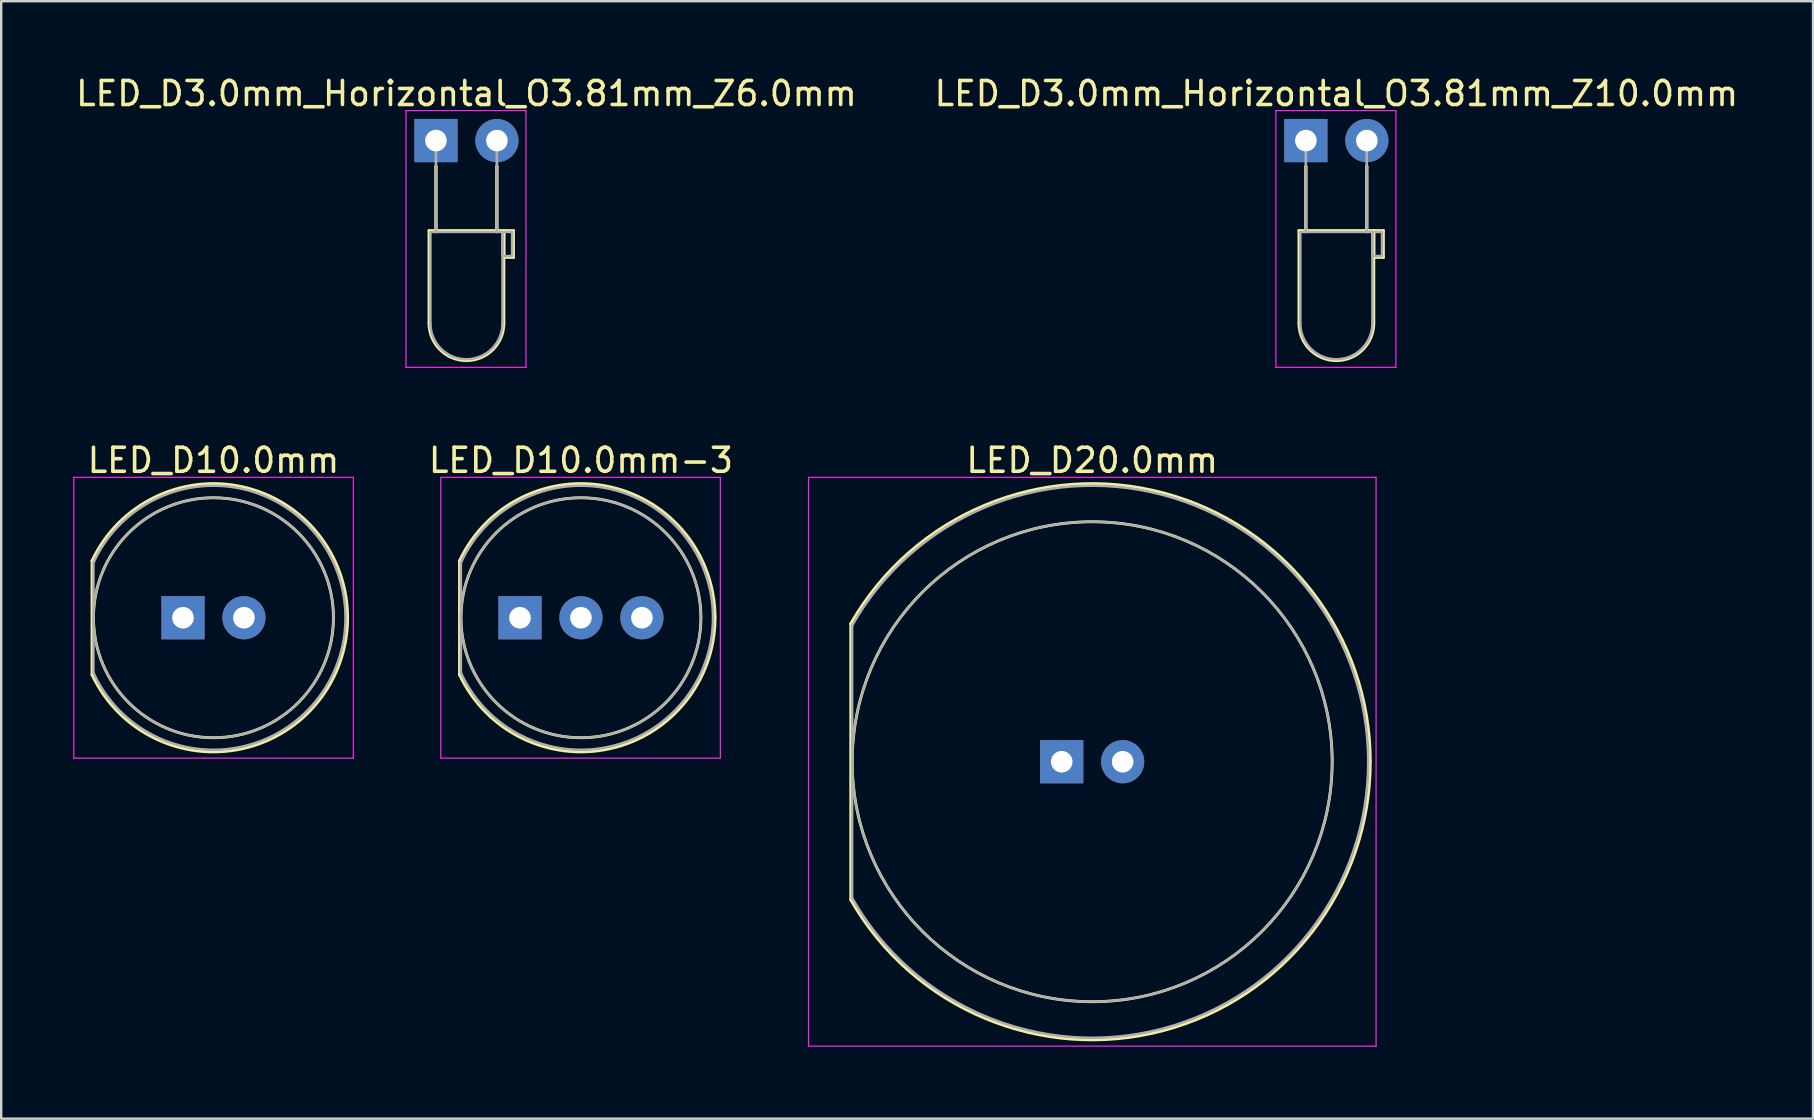
<source format=kicad_pcb>
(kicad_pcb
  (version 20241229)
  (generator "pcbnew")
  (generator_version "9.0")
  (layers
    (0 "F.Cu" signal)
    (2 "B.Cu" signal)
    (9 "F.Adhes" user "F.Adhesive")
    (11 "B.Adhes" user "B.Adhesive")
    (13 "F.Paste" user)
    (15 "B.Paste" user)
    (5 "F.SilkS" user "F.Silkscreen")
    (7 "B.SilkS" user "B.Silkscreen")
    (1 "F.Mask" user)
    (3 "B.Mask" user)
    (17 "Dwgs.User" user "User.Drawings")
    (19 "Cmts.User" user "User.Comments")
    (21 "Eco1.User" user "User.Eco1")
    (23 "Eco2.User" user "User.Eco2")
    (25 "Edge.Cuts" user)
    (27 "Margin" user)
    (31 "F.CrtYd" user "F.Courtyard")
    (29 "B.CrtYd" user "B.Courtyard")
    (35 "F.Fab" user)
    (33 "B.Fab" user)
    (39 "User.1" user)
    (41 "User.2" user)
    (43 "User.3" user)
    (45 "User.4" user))
  (footprint "LED_D20.0mm"
    (layer "F.Cu")
    (at 41.192 28.692)
    (property "Reference" "LED_D20.0mm" (at 1.27 -12.56 0) (layer "F.SilkS") (effects (font (size 1 1) (thickness 0.15))))
    (attr through_hole)
    (fp_line (start -8.79 -5.756) (end -8.79 5.756) (stroke (width 0.12) (type solid)) (layer "F.SilkS"))
    (fp_arc (start -8.79 -5.755389) (mid 4.245115 -11.201643) (end 12.859999 -0.00523) (stroke (width 0.12) (type solid)) (layer "F.SilkS"))
    (fp_arc (start 12.859999 0.00523) (mid 4.245115 11.201643) (end -8.79 5.755389) (stroke (width 0.12) (type solid)) (layer "F.SilkS"))
    (fp_circle (center 1.27 0) (end 11.27 0) (stroke (width 0.12) (type solid)) (fill no) (layer "F.SilkS"))
    (fp_line (start -10.55 -11.85) (end -10.55 11.85) (stroke (width 0.05) (type solid)) (layer "F.CrtYd"))
    (fp_line (start -10.55 11.85) (end 13.1 11.85) (stroke (width 0.05) (type solid)) (layer "F.CrtYd"))
    (fp_line (start 13.1 -11.85) (end -10.55 -11.85) (stroke (width 0.05) (type solid)) (layer "F.CrtYd"))
    (fp_line (start 13.1 11.85) (end 13.1 -11.85) (stroke (width 0.05) (type solid)) (layer "F.CrtYd"))
    (fp_line (start -8.73 -5.679) (end -8.73 5.679) (stroke (width 0.1) (type solid)) (layer "F.Fab"))
    (fp_arc (start -8.73 -5.678908) (mid 12.77 -0.001637) (end -8.728383 5.681755) (stroke (width 0.1) (type solid)) (layer "F.Fab"))
    (fp_circle (center 1.27 0) (end 11.27 0) (stroke (width 0.1) (type solid)) (fill no) (layer "F.Fab"))
    (pad "1" thru_hole rect (at 0 0) (size 1.8 1.8) (drill 0.9) (layers "*.Cu" "*.Mask"))
    (pad "2" thru_hole circle (at 2.54 0) (size 1.8 1.8) (drill 0.9) (layers "*.Cu" "*.Mask")))
  (footprint "LED_D3.0mm_Horizontal_O3.81mm_Z6.0mm"
    (layer "F.Cu")
    (at 15.117 2.808)
    (property "Reference" "LED_D3.0mm_Horizontal_O3.81mm_Z6.0mm" (at 1.27 -1.96 0) (layer "F.SilkS") (effects (font (size 1 1) (thickness 0.15))))
    (attr through_hole)
    (fp_line (start -0.29 3.75) (end -0.29 7.61) (stroke (width 0.12) (type solid)) (layer "F.SilkS"))
    (fp_line (start -0.29 3.75) (end 2.83 3.75) (stroke (width 0.12) (type solid)) (layer "F.SilkS"))
    (fp_line (start 0 1.08) (end 0 1.08) (stroke (width 0.12) (type solid)) (layer "F.SilkS"))
    (fp_line (start 0 1.08) (end 0 3.75) (stroke (width 0.12) (type solid)) (layer "F.SilkS"))
    (fp_line (start 0 3.75) (end 0 1.08) (stroke (width 0.12) (type solid)) (layer "F.SilkS"))
    (fp_line (start 0 3.75) (end 0 3.75) (stroke (width 0.12) (type solid)) (layer "F.SilkS"))
    (fp_line (start 2.54 1.08) (end 2.54 1.08) (stroke (width 0.12) (type solid)) (layer "F.SilkS"))
    (fp_line (start 2.54 1.08) (end 2.54 3.75) (stroke (width 0.12) (type solid)) (layer "F.SilkS"))
    (fp_line (start 2.54 3.75) (end 2.54 1.08) (stroke (width 0.12) (type solid)) (layer "F.SilkS"))
    (fp_line (start 2.54 3.75) (end 2.54 3.75) (stroke (width 0.12) (type solid)) (layer "F.SilkS"))
    (fp_line (start 2.83 3.75) (end 2.83 7.61) (stroke (width 0.12) (type solid)) (layer "F.SilkS"))
    (fp_line (start 2.83 3.75) (end 3.23 3.75) (stroke (width 0.12) (type solid)) (layer "F.SilkS"))
    (fp_line (start 2.83 4.87) (end 2.83 3.75) (stroke (width 0.12) (type solid)) (layer "F.SilkS"))
    (fp_line (start 3.23 3.75) (end 3.23 4.87) (stroke (width 0.12) (type solid)) (layer "F.SilkS"))
    (fp_line (start 3.23 4.87) (end 2.83 4.87) (stroke (width 0.12) (type solid)) (layer "F.SilkS"))
    (fp_arc (start 2.83 7.61) (mid 1.27 9.17) (end -0.29 7.61) (stroke (width 0.12) (type solid)) (layer "F.SilkS"))
    (fp_line (start -1.25 -1.25) (end -1.25 9.45) (stroke (width 0.05) (type solid)) (layer "F.CrtYd"))
    (fp_line (start -1.25 9.45) (end 3.75 9.45) (stroke (width 0.05) (type solid)) (layer "F.CrtYd"))
    (fp_line (start 3.75 -1.25) (end -1.25 -1.25) (stroke (width 0.05) (type solid)) (layer "F.CrtYd"))
    (fp_line (start 3.75 9.45) (end 3.75 -1.25) (stroke (width 0.05) (type solid)) (layer "F.CrtYd"))
    (fp_line (start -0.23 3.81) (end -0.23 7.61) (stroke (width 0.1) (type solid)) (layer "F.Fab"))
    (fp_line (start -0.23 3.81) (end 2.77 3.81) (stroke (width 0.1) (type solid)) (layer "F.Fab"))
    (fp_line (start 0 0) (end 0 0) (stroke (width 0.1) (type solid)) (layer "F.Fab"))
    (fp_line (start 0 0) (end 0 3.81) (stroke (width 0.1) (type solid)) (layer "F.Fab"))
    (fp_line (start 0 3.81) (end 0 0) (stroke (width 0.1) (type solid)) (layer "F.Fab"))
    (fp_line (start 0 3.81) (end 0 3.81) (stroke (width 0.1) (type solid)) (layer "F.Fab"))
    (fp_line (start 2.54 0) (end 2.54 0) (stroke (width 0.1) (type solid)) (layer "F.Fab"))
    (fp_line (start 2.54 0) (end 2.54 3.81) (stroke (width 0.1) (type solid)) (layer "F.Fab"))
    (fp_line (start 2.54 3.81) (end 2.54 0) (stroke (width 0.1) (type solid)) (layer "F.Fab"))
    (fp_line (start 2.54 3.81) (end 2.54 3.81) (stroke (width 0.1) (type solid)) (layer "F.Fab"))
    (fp_line (start 2.77 3.81) (end 2.77 7.61) (stroke (width 0.1) (type solid)) (layer "F.Fab"))
    (fp_line (start 2.77 3.81) (end 3.17 3.81) (stroke (width 0.1) (type solid)) (layer "F.Fab"))
    (fp_line (start 2.77 4.81) (end 2.77 3.81) (stroke (width 0.1) (type solid)) (layer "F.Fab"))
    (fp_line (start 3.17 3.81) (end 3.17 4.81) (stroke (width 0.1) (type solid)) (layer "F.Fab"))
    (fp_line (start 3.17 4.81) (end 2.77 4.81) (stroke (width 0.1) (type solid)) (layer "F.Fab"))
    (fp_arc (start 2.77 7.61) (mid 1.27 9.11) (end -0.23 7.61) (stroke (width 0.1) (type solid)) (layer "F.Fab"))
    (pad "1" thru_hole rect (at 0 0) (size 1.8 1.8) (drill 0.9) (layers "*.Cu" "*.Mask"))
    (pad "2" thru_hole circle (at 2.54 0) (size 1.8 1.8) (drill 0.9) (layers "*.Cu" "*.Mask")))
  (footprint "LED_D10.0mm"
    (layer "F.Cu")
    (at 4.575 22.692)
    (property "Reference" "LED_D10.0mm" (at 1.27 -6.56 0) (layer "F.SilkS") (effects (font (size 1 1) (thickness 0.15))))
    (attr through_hole)
    (fp_line (start -3.79 -2.376) (end -3.79 2.376) (stroke (width 0.12) (type solid)) (layer "F.SilkS"))
    (fp_arc (start -3.79 -2.375816) (mid 2.484794 -5.456407) (end 6.859998 -0.004741) (stroke (width 0.12) (type solid)) (layer "F.SilkS"))
    (fp_arc (start 6.859998 0.004741) (mid 2.484794 5.456407) (end -3.79 2.375816) (stroke (width 0.12) (type solid)) (layer "F.SilkS"))
    (fp_circle (center 1.27 0) (end 6.27 0) (stroke (width 0.12) (type solid)) (fill no) (layer "F.SilkS"))
    (fp_line (start -4.55 -5.85) (end -4.55 5.85) (stroke (width 0.05) (type solid)) (layer "F.CrtYd"))
    (fp_line (start -4.55 5.85) (end 7.1 5.85) (stroke (width 0.05) (type solid)) (layer "F.CrtYd"))
    (fp_line (start 7.1 -5.85) (end -4.55 -5.85) (stroke (width 0.05) (type solid)) (layer "F.CrtYd"))
    (fp_line (start 7.1 5.85) (end 7.1 -5.85) (stroke (width 0.05) (type solid)) (layer "F.CrtYd"))
    (fp_line (start -3.73 -2.291) (end -3.73 2.291) (stroke (width 0.1) (type solid)) (layer "F.Fab"))
    (fp_arc (start -3.73 -2.291288) (mid 6.77 0.001918) (end -3.731597 2.2878) (stroke (width 0.1) (type solid)) (layer "F.Fab"))
    (fp_circle (center 1.27 0) (end 6.27 0) (stroke (width 0.1) (type solid)) (fill no) (layer "F.Fab"))
    (pad "1" thru_hole rect (at 0 0) (size 1.8 1.8) (drill 0.9) (layers "*.Cu" "*.Mask"))
    (pad "2" thru_hole circle (at 2.54 0) (size 1.8 1.8) (drill 0.9) (layers "*.Cu" "*.Mask")))
  (footprint "LED_D3.0mm_Horizontal_O3.81mm_Z10.0mm"
    (layer "F.Cu")
    (at 51.367 2.808)
    (property "Reference" "LED_D3.0mm_Horizontal_O3.81mm_Z10.0mm" (at 1.27 -1.96 0) (layer "F.SilkS") (effects (font (size 1 1) (thickness 0.15))))
    (attr through_hole)
    (fp_line (start -0.29 3.75) (end -0.29 7.61) (stroke (width 0.12) (type solid)) (layer "F.SilkS"))
    (fp_line (start -0.29 3.75) (end 2.83 3.75) (stroke (width 0.12) (type solid)) (layer "F.SilkS"))
    (fp_line (start 0 1.08) (end 0 1.08) (stroke (width 0.12) (type solid)) (layer "F.SilkS"))
    (fp_line (start 0 1.08) (end 0 3.75) (stroke (width 0.12) (type solid)) (layer "F.SilkS"))
    (fp_line (start 0 3.75) (end 0 1.08) (stroke (width 0.12) (type solid)) (layer "F.SilkS"))
    (fp_line (start 0 3.75) (end 0 3.75) (stroke (width 0.12) (type solid)) (layer "F.SilkS"))
    (fp_line (start 2.54 1.08) (end 2.54 1.08) (stroke (width 0.12) (type solid)) (layer "F.SilkS"))
    (fp_line (start 2.54 1.08) (end 2.54 3.75) (stroke (width 0.12) (type solid)) (layer "F.SilkS"))
    (fp_line (start 2.54 3.75) (end 2.54 1.08) (stroke (width 0.12) (type solid)) (layer "F.SilkS"))
    (fp_line (start 2.54 3.75) (end 2.54 3.75) (stroke (width 0.12) (type solid)) (layer "F.SilkS"))
    (fp_line (start 2.83 3.75) (end 2.83 7.61) (stroke (width 0.12) (type solid)) (layer "F.SilkS"))
    (fp_line (start 2.83 3.75) (end 3.23 3.75) (stroke (width 0.12) (type solid)) (layer "F.SilkS"))
    (fp_line (start 2.83 4.87) (end 2.83 3.75) (stroke (width 0.12) (type solid)) (layer "F.SilkS"))
    (fp_line (start 3.23 3.75) (end 3.23 4.87) (stroke (width 0.12) (type solid)) (layer "F.SilkS"))
    (fp_line (start 3.23 4.87) (end 2.83 4.87) (stroke (width 0.12) (type solid)) (layer "F.SilkS"))
    (fp_arc (start 2.83 7.61) (mid 1.27 9.17) (end -0.29 7.61) (stroke (width 0.12) (type solid)) (layer "F.SilkS"))
    (fp_line (start -1.25 -1.25) (end -1.25 9.45) (stroke (width 0.05) (type solid)) (layer "F.CrtYd"))
    (fp_line (start -1.25 9.45) (end 3.75 9.45) (stroke (width 0.05) (type solid)) (layer "F.CrtYd"))
    (fp_line (start 3.75 -1.25) (end -1.25 -1.25) (stroke (width 0.05) (type solid)) (layer "F.CrtYd"))
    (fp_line (start 3.75 9.45) (end 3.75 -1.25) (stroke (width 0.05) (type solid)) (layer "F.CrtYd"))
    (fp_line (start -0.23 3.81) (end -0.23 7.61) (stroke (width 0.1) (type solid)) (layer "F.Fab"))
    (fp_line (start -0.23 3.81) (end 2.77 3.81) (stroke (width 0.1) (type solid)) (layer "F.Fab"))
    (fp_line (start 0 0) (end 0 0) (stroke (width 0.1) (type solid)) (layer "F.Fab"))
    (fp_line (start 0 0) (end 0 3.81) (stroke (width 0.1) (type solid)) (layer "F.Fab"))
    (fp_line (start 0 3.81) (end 0 0) (stroke (width 0.1) (type solid)) (layer "F.Fab"))
    (fp_line (start 0 3.81) (end 0 3.81) (stroke (width 0.1) (type solid)) (layer "F.Fab"))
    (fp_line (start 2.54 0) (end 2.54 0) (stroke (width 0.1) (type solid)) (layer "F.Fab"))
    (fp_line (start 2.54 0) (end 2.54 3.81) (stroke (width 0.1) (type solid)) (layer "F.Fab"))
    (fp_line (start 2.54 3.81) (end 2.54 0) (stroke (width 0.1) (type solid)) (layer "F.Fab"))
    (fp_line (start 2.54 3.81) (end 2.54 3.81) (stroke (width 0.1) (type solid)) (layer "F.Fab"))
    (fp_line (start 2.77 3.81) (end 2.77 7.61) (stroke (width 0.1) (type solid)) (layer "F.Fab"))
    (fp_line (start 2.77 3.81) (end 3.17 3.81) (stroke (width 0.1) (type solid)) (layer "F.Fab"))
    (fp_line (start 2.77 4.81) (end 2.77 3.81) (stroke (width 0.1) (type solid)) (layer "F.Fab"))
    (fp_line (start 3.17 3.81) (end 3.17 4.81) (stroke (width 0.1) (type solid)) (layer "F.Fab"))
    (fp_line (start 3.17 4.81) (end 2.77 4.81) (stroke (width 0.1) (type solid)) (layer "F.Fab"))
    (fp_arc (start 2.77 7.61) (mid 1.27 9.11) (end -0.23 7.61) (stroke (width 0.1) (type solid)) (layer "F.Fab"))
    (pad "1" thru_hole rect (at 0 0) (size 1.8 1.8) (drill 0.9) (layers "*.Cu" "*.Mask"))
    (pad "2" thru_hole circle (at 2.54 0) (size 1.8 1.8) (drill 0.9) (layers "*.Cu" "*.Mask")))
  (footprint "LED_D10.0mm-3"
    (layer "F.Cu")
    (at 18.618 22.692)
    (property "Reference" "LED_D10.0mm-3" (at 2.54 -6.56 0) (layer "F.SilkS") (effects (font (size 1 1) (thickness 0.15))))
    (attr through_hole)
    (fp_line (start -2.52 -2.376) (end -2.52 2.376) (stroke (width 0.12) (type solid)) (layer "F.SilkS"))
    (fp_arc (start -2.52 -2.375816) (mid 3.754794 -5.456407) (end 8.129998 -0.004741) (stroke (width 0.12) (type solid)) (layer "F.SilkS"))
    (fp_arc (start 8.129998 0.004741) (mid 3.754794 5.456407) (end -2.52 2.375816) (stroke (width 0.12) (type solid)) (layer "F.SilkS"))
    (fp_circle (center 2.54 0) (end 7.54 0) (stroke (width 0.12) (type solid)) (fill no) (layer "F.SilkS"))
    (fp_line (start -3.3 -5.85) (end -3.3 5.85) (stroke (width 0.05) (type solid)) (layer "F.CrtYd"))
    (fp_line (start -3.3 5.85) (end 8.35 5.85) (stroke (width 0.05) (type solid)) (layer "F.CrtYd"))
    (fp_line (start 8.35 -5.85) (end -3.3 -5.85) (stroke (width 0.05) (type solid)) (layer "F.CrtYd"))
    (fp_line (start 8.35 5.85) (end 8.35 -5.85) (stroke (width 0.05) (type solid)) (layer "F.CrtYd"))
    (fp_line (start -2.46 -2.291) (end -2.46 2.291) (stroke (width 0.1) (type solid)) (layer "F.Fab"))
    (fp_arc (start -2.46 -2.291288) (mid 8.04 0.001918) (end -2.461597 2.2878) (stroke (width 0.1) (type solid)) (layer "F.Fab"))
    (fp_circle (center 2.54 0) (end 7.54 0) (stroke (width 0.1) (type solid)) (fill no) (layer "F.Fab"))
    (pad "1" thru_hole rect (at 0 0) (size 1.8 1.8) (drill 0.9) (layers "*.Cu" "*.Mask"))
    (pad "2" thru_hole circle (at 2.54 0) (size 1.8 1.8) (drill 0.9) (layers "*.Cu" "*.Mask"))
    (pad "3" thru_hole circle (at 5.08 0) (size 1.8 1.8) (drill 0.9) (layers "*.Cu" "*.Mask")))
  (gr_rect
    (start -3 -3)
    (end 72.5 43.566)
    (stroke (width 0.1) (type default))
    (fill no)
    (layer "Edge.Cuts")))
</source>
